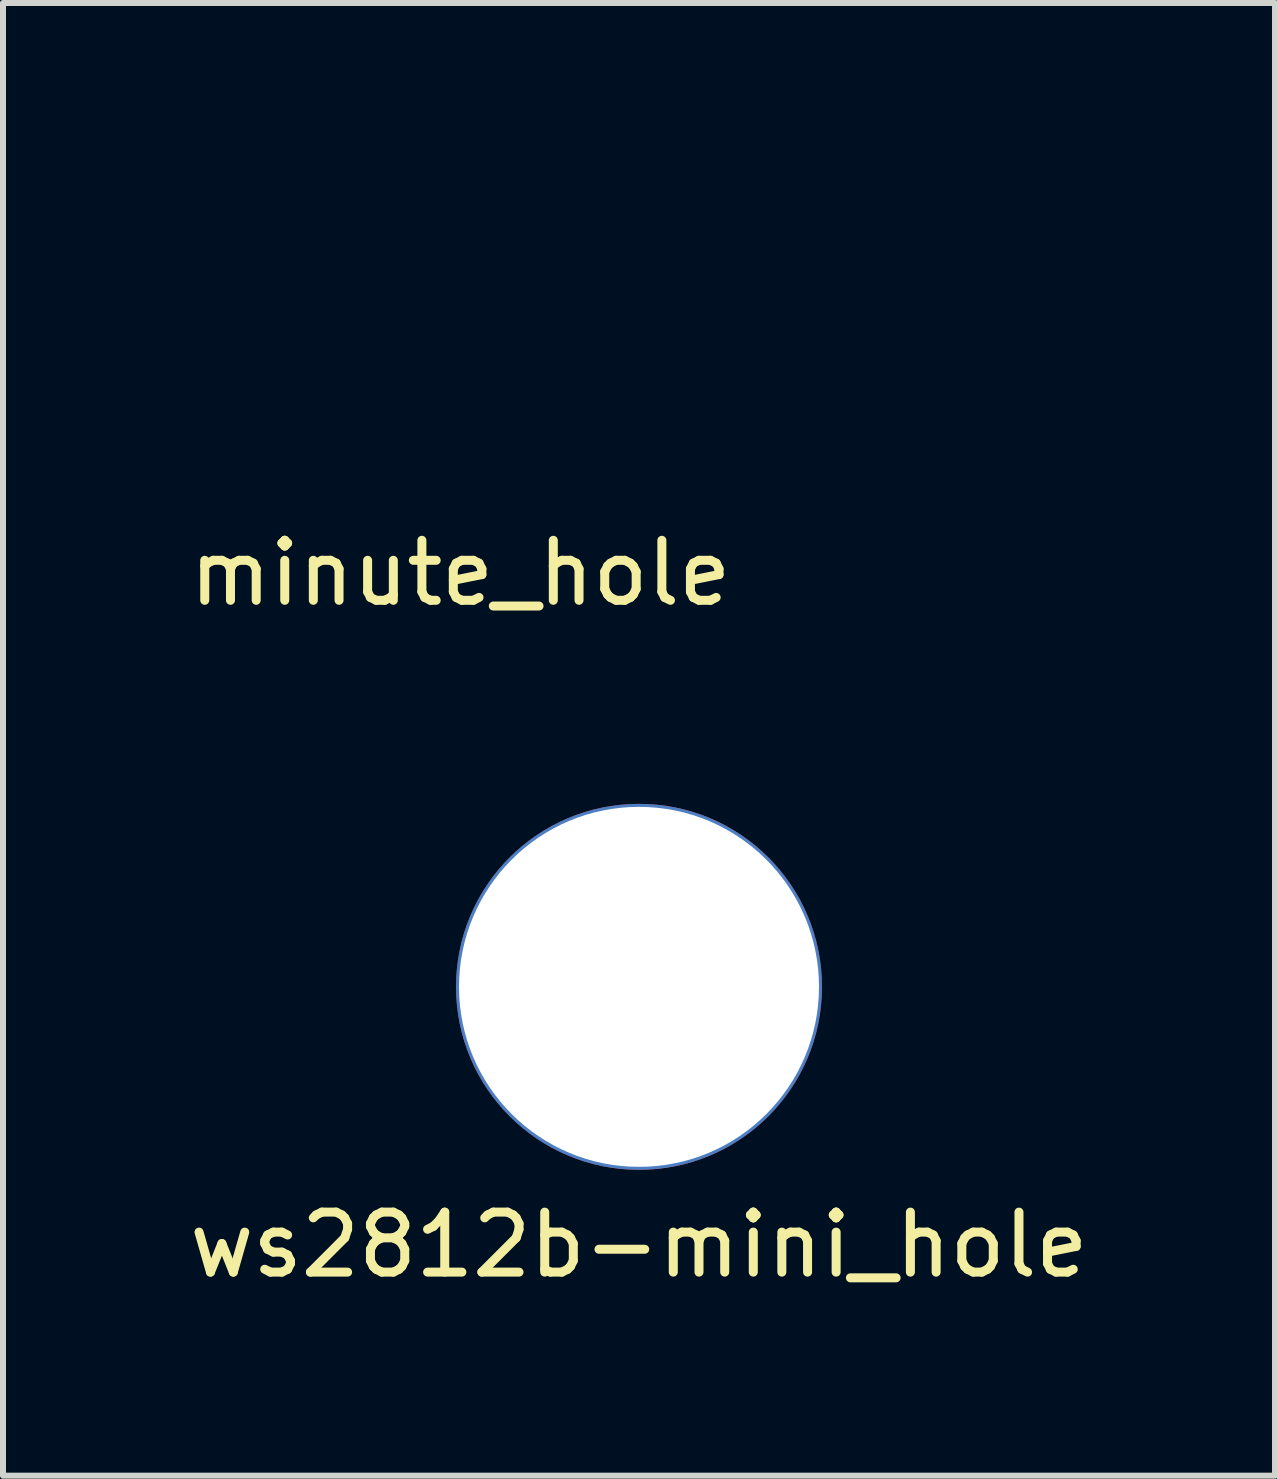
<source format=kicad_pcb>
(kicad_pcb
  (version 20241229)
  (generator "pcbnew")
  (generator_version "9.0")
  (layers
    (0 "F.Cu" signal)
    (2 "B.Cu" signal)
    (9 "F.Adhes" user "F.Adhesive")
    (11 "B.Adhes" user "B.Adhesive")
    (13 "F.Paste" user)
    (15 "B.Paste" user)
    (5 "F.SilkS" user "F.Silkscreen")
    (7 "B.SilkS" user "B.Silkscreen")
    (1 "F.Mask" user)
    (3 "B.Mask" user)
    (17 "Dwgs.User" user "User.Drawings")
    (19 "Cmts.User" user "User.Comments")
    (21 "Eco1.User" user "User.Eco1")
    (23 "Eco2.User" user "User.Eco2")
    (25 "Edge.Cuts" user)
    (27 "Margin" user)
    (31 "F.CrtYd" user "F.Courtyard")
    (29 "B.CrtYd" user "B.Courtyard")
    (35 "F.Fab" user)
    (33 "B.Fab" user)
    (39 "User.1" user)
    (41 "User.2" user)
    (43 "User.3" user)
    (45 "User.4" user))
  (footprint "ws2812b-mini_hole"
    (layer "F.Cu")
    (at 7.601 13.399)
    (property "Reference" "ws2812b-mini_hole" (at 0 4.3 0) (layer "F.SilkS") (effects (font (size 1 1) (thickness 0.15))))
    (attr through_hole)
    (pad "1" thru_hole circle (at 0 0) (size 6.1 6.1) (drill 6) (layers "*.Cu" "*.Mask")))
  (footprint "minute_hole"
    (layer "F.Cu")
    (at 4.725 2.001)
    (property "Reference" "minute_hole" (at -0.1 4.5 0) (layer "F.SilkS") (effects (font (size 1 1) (thickness 0.15))))
    (attr through_hole)
    (fp_circle (center 0 0) (end 0.001 0) (stroke (width 3) (type solid)) (fill no) (layer "F.Mask"))
    (fp_circle (center 0 0) (end 0.001 0) (stroke (width 4) (type solid)) (fill no) (layer "B.Mask")))
  (gr_rect
    (start -3 -3)
    (end 18.202 21.547)
    (stroke (width 0.1) (type default))
    (fill no)
    (layer "Edge.Cuts")))
</source>
